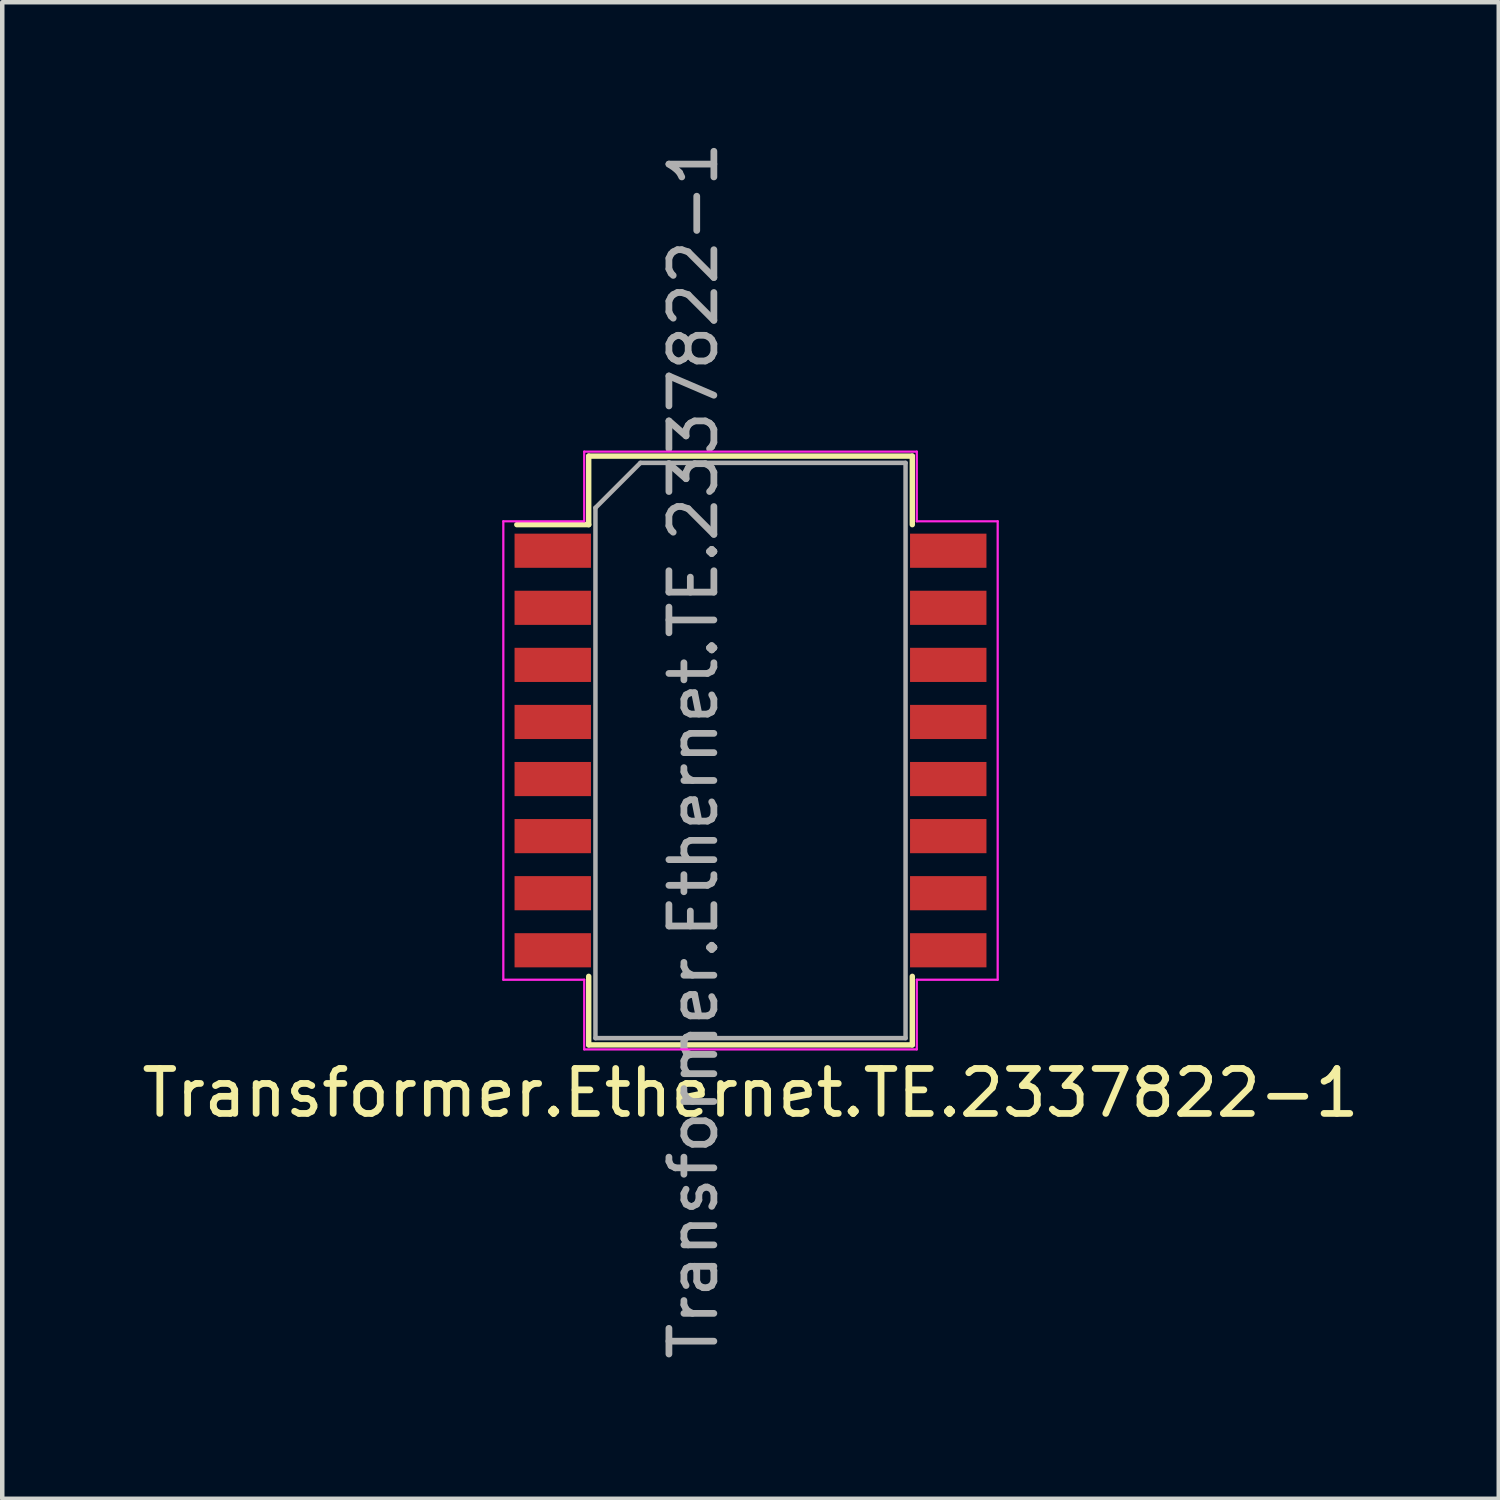
<source format=kicad_pcb>
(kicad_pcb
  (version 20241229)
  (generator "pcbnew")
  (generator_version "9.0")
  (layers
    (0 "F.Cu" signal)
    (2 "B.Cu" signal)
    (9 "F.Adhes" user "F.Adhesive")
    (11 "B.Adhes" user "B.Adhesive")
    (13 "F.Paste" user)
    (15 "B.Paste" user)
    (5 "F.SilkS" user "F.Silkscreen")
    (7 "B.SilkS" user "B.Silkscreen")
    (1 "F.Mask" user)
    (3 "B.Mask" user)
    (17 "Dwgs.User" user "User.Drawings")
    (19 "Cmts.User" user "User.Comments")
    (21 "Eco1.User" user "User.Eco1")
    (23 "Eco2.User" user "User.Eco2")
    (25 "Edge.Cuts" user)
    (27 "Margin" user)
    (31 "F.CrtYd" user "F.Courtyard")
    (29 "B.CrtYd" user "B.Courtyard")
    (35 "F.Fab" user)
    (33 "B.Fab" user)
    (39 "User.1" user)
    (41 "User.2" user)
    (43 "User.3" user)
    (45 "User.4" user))
  (footprint "Transformer.Ethernet.TE.2337822-1"
    (layer "F.Cu")
    (at 13.649 13.649)
    (property "Reference" "Transformer.Ethernet.TE.2337822-1" (at 0 7.62 0) (layer "F.SilkS") (effects (font (size 1 1) (thickness 0.15))))
    (attr smd)
    (fp_line (start -5.2 -5.025) (end -3.6 -5.025) (stroke (width 0.12) (type solid)) (layer "F.SilkS"))
    (fp_line (start -3.6 -6.55) (end 3.6 -6.55) (stroke (width 0.12) (type solid)) (layer "F.SilkS"))
    (fp_line (start -3.6 -5.025) (end -3.6 -6.55) (stroke (width 0.12) (type solid)) (layer "F.SilkS"))
    (fp_line (start -3.6 5.025) (end -3.6 6.55) (stroke (width 0.12) (type solid)) (layer "F.SilkS"))
    (fp_line (start -3.6 6.55) (end 3.6 6.55) (stroke (width 0.12) (type solid)) (layer "F.SilkS"))
    (fp_line (start 3.6 -6.55) (end 3.6 -5.025) (stroke (width 0.12) (type solid)) (layer "F.SilkS"))
    (fp_line (start 3.6 6.55) (end 3.6 5.025) (stroke (width 0.12) (type solid)) (layer "F.SilkS"))
    (fp_line (start -5.5 -5.1) (end -5.5 5.1) (stroke (width 0.05) (type solid)) (layer "F.CrtYd"))
    (fp_line (start -5.5 5.1) (end -3.7 5.1) (stroke (width 0.05) (type solid)) (layer "F.CrtYd"))
    (fp_line (start -3.7 -6.65) (end 3.7 -6.65) (stroke (width 0.05) (type solid)) (layer "F.CrtYd"))
    (fp_line (start -3.7 -5.1) (end -5.5 -5.1) (stroke (width 0.05) (type solid)) (layer "F.CrtYd"))
    (fp_line (start -3.7 -5.1) (end -3.7 -6.65) (stroke (width 0.05) (type solid)) (layer "F.CrtYd"))
    (fp_line (start -3.7 5.1) (end -3.7 6.65) (stroke (width 0.05) (type solid)) (layer "F.CrtYd"))
    (fp_line (start -3.7 6.65) (end 3.7 6.65) (stroke (width 0.05) (type solid)) (layer "F.CrtYd"))
    (fp_line (start 3.7 -5.1) (end 3.7 -6.65) (stroke (width 0.05) (type solid)) (layer "F.CrtYd"))
    (fp_line (start 3.7 5.1) (end 5.5 5.1) (stroke (width 0.05) (type solid)) (layer "F.CrtYd"))
    (fp_line (start 3.7 6.65) (end 3.7 5.1) (stroke (width 0.05) (type solid)) (layer "F.CrtYd"))
    (fp_line (start 5.5 -5.1) (end 3.7 -5.1) (stroke (width 0.05) (type solid)) (layer "F.CrtYd"))
    (fp_line (start 5.5 5.1) (end 5.5 -5.1) (stroke (width 0.05) (type solid)) (layer "F.CrtYd"))
    (fp_line (start -3.45 -5.4) (end -3.45 6.4) (stroke (width 0.1) (type solid)) (layer "F.Fab"))
    (fp_line (start -3.45 6.4) (end 3.45 6.4) (stroke (width 0.1) (type solid)) (layer "F.Fab"))
    (fp_line (start -2.45 -6.4) (end -3.45 -5.4) (stroke (width 0.1) (type solid)) (layer "F.Fab"))
    (fp_line (start 3.45 -6.4) (end -2.45 -6.4) (stroke (width 0.1) (type solid)) (layer "F.Fab"))
    (fp_line (start 3.45 6.4) (end 3.45 -6.4) (stroke (width 0.1) (type solid)) (layer "F.Fab"))
    (fp_text user "${REFERENCE}" (at -1.27 0 90) (layer "F.Fab") (effects (font (size 1 1) (thickness 0.15))))
    (pad "1" smd rect (at -4.4 -4.445) (size 1.7 0.76) (layers "F.Cu" "F.Mask" "F.Paste"))
    (pad "2" smd rect (at -4.4 -3.175) (size 1.7 0.76) (layers "F.Cu" "F.Mask" "F.Paste"))
    (pad "3" smd rect (at -4.4 -1.905) (size 1.7 0.76) (layers "F.Cu" "F.Mask" "F.Paste"))
    (pad "4" smd rect (at -4.4 -0.635) (size 1.7 0.76) (layers "F.Cu" "F.Mask" "F.Paste"))
    (pad "5" smd rect (at -4.4 0.635) (size 1.7 0.76) (layers "F.Cu" "F.Mask" "F.Paste"))
    (pad "6" smd rect (at -4.4 1.905) (size 1.7 0.76) (layers "F.Cu" "F.Mask" "F.Paste"))
    (pad "7" smd rect (at -4.4 3.175) (size 1.7 0.76) (layers "F.Cu" "F.Mask" "F.Paste"))
    (pad "8" smd rect (at -4.4 4.445) (size 1.7 0.76) (layers "F.Cu" "F.Mask" "F.Paste"))
    (pad "9" smd rect (at 4.4 4.445) (size 1.7 0.76) (layers "F.Cu" "F.Mask" "F.Paste"))
    (pad "10" smd rect (at 4.4 3.175) (size 1.7 0.76) (layers "F.Cu" "F.Mask" "F.Paste"))
    (pad "11" smd rect (at 4.4 1.905) (size 1.7 0.76) (layers "F.Cu" "F.Mask" "F.Paste"))
    (pad "12" smd rect (at 4.4 0.635) (size 1.7 0.76) (layers "F.Cu" "F.Mask" "F.Paste"))
    (pad "13" smd rect (at 4.4 -0.635) (size 1.7 0.76) (layers "F.Cu" "F.Mask" "F.Paste"))
    (pad "14" smd rect (at 4.4 -1.905) (size 1.7 0.76) (layers "F.Cu" "F.Mask" "F.Paste"))
    (pad "15" smd rect (at 4.4 -3.175) (size 1.7 0.76) (layers "F.Cu" "F.Mask" "F.Paste"))
    (pad "16" smd rect (at 4.4 -4.445) (size 1.7 0.76) (layers "F.Cu" "F.Mask" "F.Paste")))
  (gr_rect
    (start -3 -3)
    (end 30.298 30.298)
    (stroke (width 0.1) (type default))
    (fill no)
    (layer "Edge.Cuts")))
</source>
